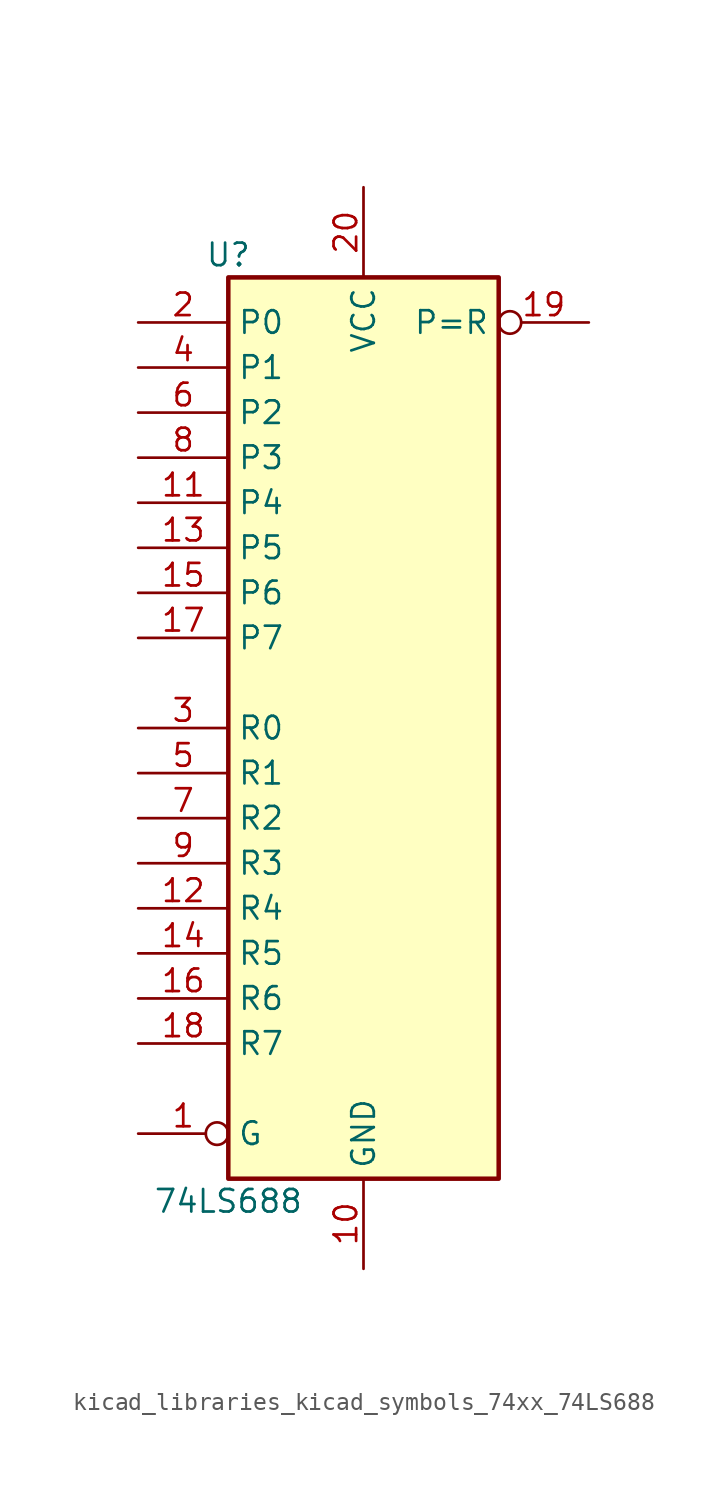
<source format=kicad_sym>
(kicad_symbol_lib
  (version 20220914)
  (generator kicad_symbol_editor)
  (symbol "kicad_libraries_kicad_symbols_74xx_74LS688"
    (property "Reference" "U"
      (at -7.62 26.67 0)
      (effects (font (size 1.27 1.27))))
    (property "Value" "74LS688"
      (at -7.62 -26.67 0)
      (effects (font (size 1.27 1.27))))
    (symbol "kicad_libraries_kicad_symbols_74xx_74LS688_1_0"
      (pin input inverted (at -12.7 -22.86 0) (length 5.08) (name "G" (effects (font (size 1.27 1.27)))) (number "1" (effects (font (size 1.27 1.27)))))
      (pin power_in line (at 0 -30.48 90) (length 5.08) (name "GND" (effects (font (size 1.27 1.27)))) (number "10" (effects (font (size 1.27 1.27)))))
      (pin input line (at -12.7 12.7 0) (length 5.08) (name "P4" (effects (font (size 1.27 1.27)))) (number "11" (effects (font (size 1.27 1.27)))))
      (pin input line (at -12.7 -10.16 0) (length 5.08) (name "R4" (effects (font (size 1.27 1.27)))) (number "12" (effects (font (size 1.27 1.27)))))
      (pin input line (at -12.7 10.16 0) (length 5.08) (name "P5" (effects (font (size 1.27 1.27)))) (number "13" (effects (font (size 1.27 1.27)))))
      (pin input line (at -12.7 -12.7 0) (length 5.08) (name "R5" (effects (font (size 1.27 1.27)))) (number "14" (effects (font (size 1.27 1.27)))))
      (pin input line (at -12.7 7.62 0) (length 5.08) (name "P6" (effects (font (size 1.27 1.27)))) (number "15" (effects (font (size 1.27 1.27)))))
      (pin input line (at -12.7 -15.24 0) (length 5.08) (name "R6" (effects (font (size 1.27 1.27)))) (number "16" (effects (font (size 1.27 1.27)))))
      (pin input line (at -12.7 5.08 0) (length 5.08) (name "P7" (effects (font (size 1.27 1.27)))) (number "17" (effects (font (size 1.27 1.27)))))
      (pin input line (at -12.7 -17.78 0) (length 5.08) (name "R7" (effects (font (size 1.27 1.27)))) (number "18" (effects (font (size 1.27 1.27)))))
      (pin output inverted (at 12.7 22.86 180) (length 5.08) (name "P=R" (effects (font (size 1.27 1.27)))) (number "19" (effects (font (size 1.27 1.27)))))
      (pin input line (at -12.7 22.86 0) (length 5.08) (name "P0" (effects (font (size 1.27 1.27)))) (number "2" (effects (font (size 1.27 1.27)))))
      (pin power_in line (at 0 30.48 270) (length 5.08) (name "VCC" (effects (font (size 1.27 1.27)))) (number "20" (effects (font (size 1.27 1.27)))))
      (pin input line (at -12.7 0 0) (length 5.08) (name "R0" (effects (font (size 1.27 1.27)))) (number "3" (effects (font (size 1.27 1.27)))))
      (pin input line (at -12.7 20.32 0) (length 5.08) (name "P1" (effects (font (size 1.27 1.27)))) (number "4" (effects (font (size 1.27 1.27)))))
      (pin input line (at -12.7 -2.54 0) (length 5.08) (name "R1" (effects (font (size 1.27 1.27)))) (number "5" (effects (font (size 1.27 1.27)))))
      (pin input line (at -12.7 17.78 0) (length 5.08) (name "P2" (effects (font (size 1.27 1.27)))) (number "6" (effects (font (size 1.27 1.27)))))
      (pin input line (at -12.7 -5.08 0) (length 5.08) (name "R2" (effects (font (size 1.27 1.27)))) (number "7" (effects (font (size 1.27 1.27)))))
      (pin input line (at -12.7 15.24 0) (length 5.08) (name "P3" (effects (font (size 1.27 1.27)))) (number "8" (effects (font (size 1.27 1.27)))))
      (pin input line (at -12.7 -7.62 0) (length 5.08) (name "R3" (effects (font (size 1.27 1.27)))) (number "9" (effects (font (size 1.27 1.27))))))
    (symbol "kicad_libraries_kicad_symbols_74xx_74LS688_1_1"
      (rectangle (start -7.62 25.4) (end 7.62 -25.4) (stroke (width 0.254) (type default)) (fill (type background))))))
</source>
